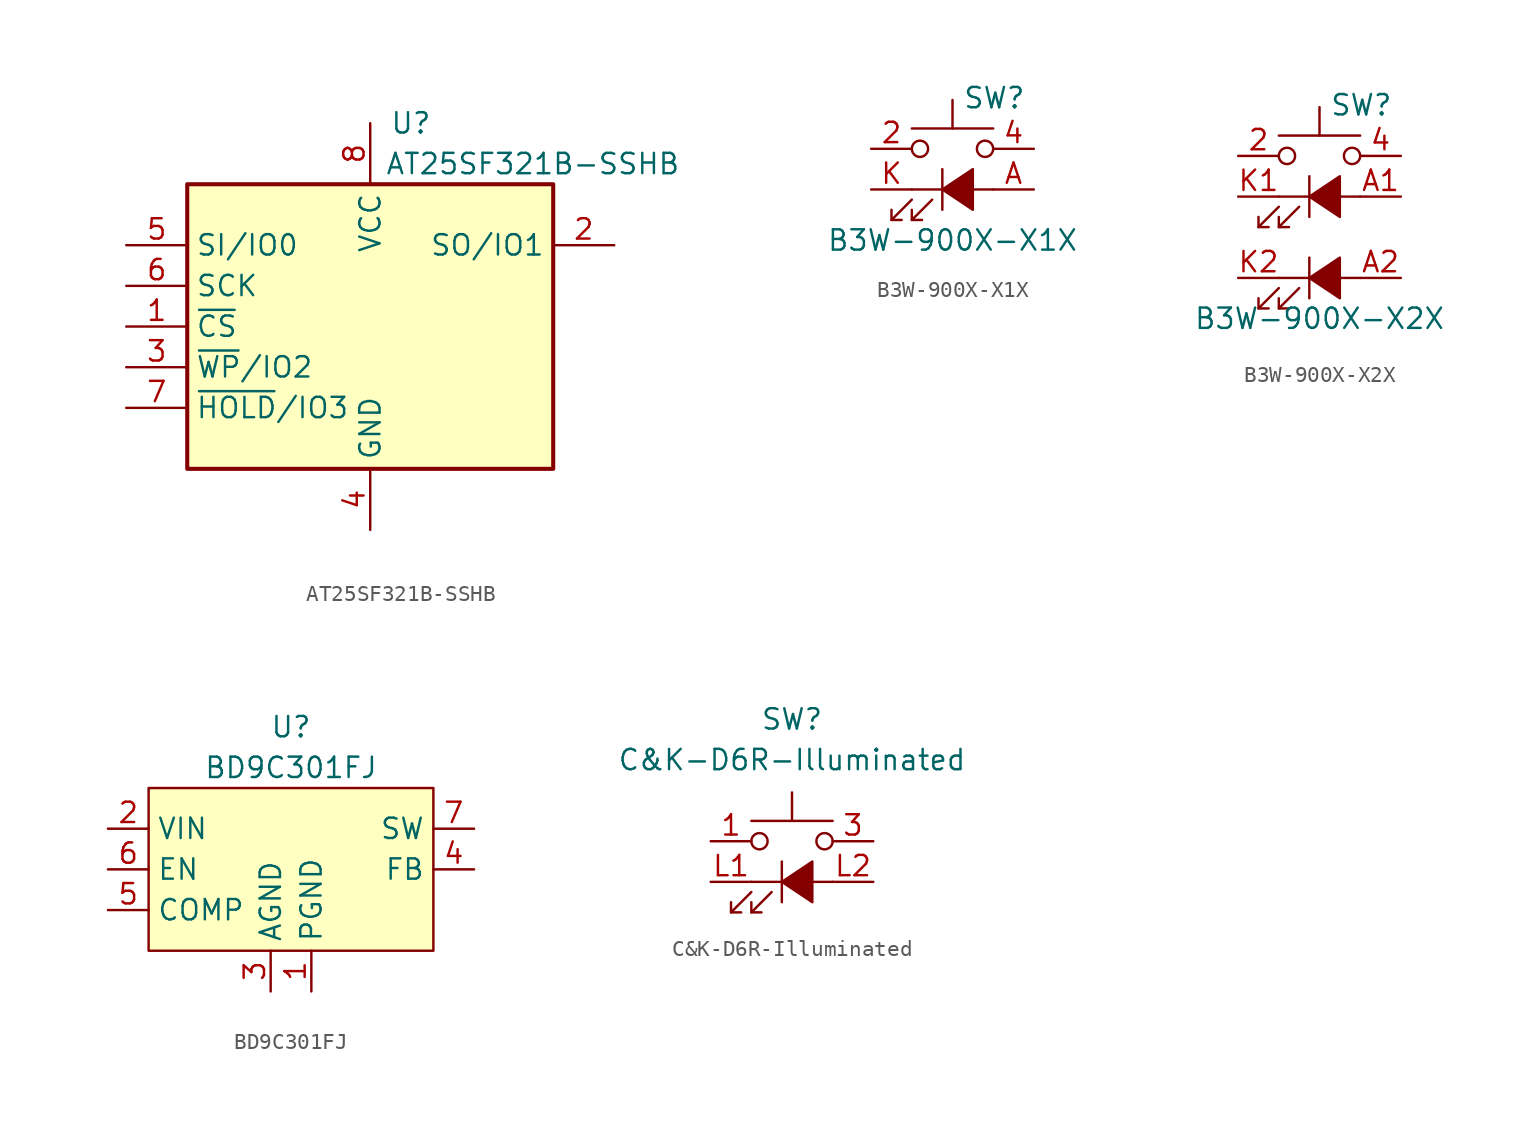
<source format=kicad_sym>
(kicad_symbol_lib
  (version 20211014)
  (generator kicad_symbol_editor)
  (symbol "AT25SF321B-SSHB"
    (property "Reference" "U"
      (at 2.54 12.7 0)
      (effects (font (size 1.27 1.27))))
    (property "Value" "AT25SF321B-SSHB"
      (at 10.16 10.16 0)
      (effects (font (size 1.27 1.27))))
    (symbol "AT25SF321B-SSHB_1_1"
      (rectangle (start -11.43 8.89) (end 11.43 -8.89) (stroke (width 0.254) (type default) (color 0 0 0 0)) (fill (type background)))
      (pin input line (at -15.24 0 0) (length 3.81) (name "~{CS}" (effects (font (size 1.27 1.27)))) (number "1" (effects (font (size 1.27 1.27)))))
      (pin bidirectional line (at 15.24 5.08 180) (length 3.81) (name "SO/IO1" (effects (font (size 1.27 1.27)))) (number "2" (effects (font (size 1.27 1.27)))))
      (pin bidirectional line (at -15.24 -2.54 0) (length 3.81) (name "~{WP}/IO2" (effects (font (size 1.27 1.27)))) (number "3" (effects (font (size 1.27 1.27)))))
      (pin power_in line (at 0 -12.7 90) (length 3.81) (name "GND" (effects (font (size 1.27 1.27)))) (number "4" (effects (font (size 1.27 1.27)))))
      (pin bidirectional line (at -15.24 5.08 0) (length 3.81) (name "SI/IO0" (effects (font (size 1.27 1.27)))) (number "5" (effects (font (size 1.27 1.27)))))
      (pin input line (at -15.24 2.54 0) (length 3.81) (name "SCK" (effects (font (size 1.27 1.27)))) (number "6" (effects (font (size 1.27 1.27)))))
      (pin bidirectional line (at -15.24 -5.08 0) (length 3.81) (name "~{HOLD}/IO3" (effects (font (size 1.27 1.27)))) (number "7" (effects (font (size 1.27 1.27)))))
      (pin power_in line (at 0 12.7 270) (length 3.81) (name "VCC" (effects (font (size 1.27 1.27)))) (number "8" (effects (font (size 1.27 1.27)))))))
  (symbol "B3W-900X-X1X"
    (pin_names
      (offset 1.016) hide)
    (property "Reference" "SW"
      (at 0.635 5.715 0)
      (effects (font (size 1.27 1.27)) (justify left)))
    (property "Value" "B3W-900X-X1X"
      (at 0 -3.175 0)
      (effects (font (size 1.27 1.27))))
    (symbol "B3W-900X-X1X_0_0"
      (polyline (pts (xy -3.81 -1.905) (xy -2.54 -0.635)) (stroke (width 0) (type default) (color 0 0 0 0)) (fill (type none)))
      (polyline (pts (xy -2.54 -1.905) (xy -1.27 -0.635)) (stroke (width 0) (type default) (color 0 0 0 0)) (fill (type none)))
      (polyline (pts (xy -2.54 0) (xy 2.54 0)) (stroke (width 0) (type default) (color 0 0 0 0)) (fill (type none)))
      (polyline (pts (xy -0.635 1.27) (xy -0.635 -1.27)) (stroke (width 0) (type default) (color 0 0 0 0)) (fill (type none)))
      (polyline (pts (xy -3.81 -1.27) (xy -3.81 -1.905) (xy -3.175 -1.905)) (stroke (width 0) (type default) (color 0 0 0 0)) (fill (type none)))
      (polyline (pts (xy -2.54 -1.27) (xy -2.54 -1.905) (xy -1.905 -1.905)) (stroke (width 0) (type default) (color 0 0 0 0)) (fill (type none)))
      (polyline (pts (xy -0.635 0) (xy 1.27 1.27) (xy 1.27 -1.27) (xy -0.635 0)) (stroke (width 0) (type default) (color 0 0 0 0)) (fill (type outline))))
    (symbol "B3W-900X-X1X_0_1"
      (circle (center -2.032 2.54) (radius 0.508) (stroke (width 0) (type default) (color 0 0 0 0)) (fill (type none)))
      (polyline (pts (xy 0 3.81) (xy 0 5.588)) (stroke (width 0) (type default) (color 0 0 0 0)) (fill (type none)))
      (polyline (pts (xy 2.54 3.81) (xy -2.54 3.81)) (stroke (width 0) (type default) (color 0 0 0 0)) (fill (type none)))
      (circle (center 2.032 2.54) (radius 0.508) (stroke (width 0) (type default) (color 0 0 0 0)) (fill (type none)))
      (pin passive line (at -5.08 2.54 0) (length 2.54) hide (name "1" (effects (font (size 1.27 1.27)))) (number "1" (effects (font (size 1.27 1.27)))))
      (pin passive line (at -5.08 2.54 0) (length 2.54) (name "2" (effects (font (size 1.27 1.27)))) (number "2" (effects (font (size 1.27 1.27)))))
      (pin passive line (at 5.08 2.54 180) (length 2.54) hide (name "3" (effects (font (size 1.27 1.27)))) (number "3" (effects (font (size 1.27 1.27)))))
      (pin passive line (at 5.08 2.54 180) (length 2.54) (name "4" (effects (font (size 1.27 1.27)))) (number "4" (effects (font (size 1.27 1.27)))))
      (pin passive line (at 5.08 0 180) (length 2.54) (name "A" (effects (font (size 1.27 1.27)))) (number "A" (effects (font (size 1.27 1.27)))))
      (pin passive line (at -5.08 0 0) (length 2.54) (name "K" (effects (font (size 1.27 1.27)))) (number "K" (effects (font (size 1.27 1.27)))))))
  (symbol "B3W-900X-X2X"
    (pin_names
      (offset 1.016) hide)
    (property "Reference" "SW"
      (at 0.635 5.715 0)
      (effects (font (size 1.27 1.27)) (justify left)))
    (property "Value" "B3W-900X-X2X"
      (at 0 -7.62 0)
      (effects (font (size 1.27 1.27))))
    (symbol "B3W-900X-X2X_0_0"
      (polyline (pts (xy -3.81 -6.985) (xy -2.54 -5.715)) (stroke (width 0) (type default) (color 0 0 0 0)) (fill (type none)))
      (polyline (pts (xy -3.81 -1.905) (xy -2.54 -0.635)) (stroke (width 0) (type default) (color 0 0 0 0)) (fill (type none)))
      (polyline (pts (xy -2.54 -6.985) (xy -1.27 -5.715)) (stroke (width 0) (type default) (color 0 0 0 0)) (fill (type none)))
      (polyline (pts (xy -2.54 -5.08) (xy 2.54 -5.08)) (stroke (width 0) (type default) (color 0 0 0 0)) (fill (type none)))
      (polyline (pts (xy -2.54 -1.905) (xy -1.27 -0.635)) (stroke (width 0) (type default) (color 0 0 0 0)) (fill (type none)))
      (polyline (pts (xy -2.54 0) (xy 2.54 0)) (stroke (width 0) (type default) (color 0 0 0 0)) (fill (type none)))
      (polyline (pts (xy -0.635 -3.81) (xy -0.635 -6.35)) (stroke (width 0) (type default) (color 0 0 0 0)) (fill (type none)))
      (polyline (pts (xy -0.635 1.27) (xy -0.635 -1.27)) (stroke (width 0) (type default) (color 0 0 0 0)) (fill (type none)))
      (polyline (pts (xy -3.81 -6.35) (xy -3.81 -6.985) (xy -3.175 -6.985)) (stroke (width 0) (type default) (color 0 0 0 0)) (fill (type none)))
      (polyline (pts (xy -3.81 -1.27) (xy -3.81 -1.905) (xy -3.175 -1.905)) (stroke (width 0) (type default) (color 0 0 0 0)) (fill (type none)))
      (polyline (pts (xy -2.54 -6.35) (xy -2.54 -6.985) (xy -1.905 -6.985)) (stroke (width 0) (type default) (color 0 0 0 0)) (fill (type none)))
      (polyline (pts (xy -2.54 -1.27) (xy -2.54 -1.905) (xy -1.905 -1.905)) (stroke (width 0) (type default) (color 0 0 0 0)) (fill (type none)))
      (polyline (pts (xy -0.635 -5.08) (xy 1.27 -3.81) (xy 1.27 -6.35) (xy -0.635 -5.08)) (stroke (width 0) (type default) (color 0 0 0 0)) (fill (type outline)))
      (polyline (pts (xy -0.635 0) (xy 1.27 1.27) (xy 1.27 -1.27) (xy -0.635 0)) (stroke (width 0) (type default) (color 0 0 0 0)) (fill (type outline))))
    (symbol "B3W-900X-X2X_0_1"
      (circle (center -2.032 2.54) (radius 0.508) (stroke (width 0) (type default) (color 0 0 0 0)) (fill (type none)))
      (polyline (pts (xy 0 3.81) (xy 0 5.588)) (stroke (width 0) (type default) (color 0 0 0 0)) (fill (type none)))
      (polyline (pts (xy 2.54 3.81) (xy -2.54 3.81)) (stroke (width 0) (type default) (color 0 0 0 0)) (fill (type none)))
      (circle (center 2.032 2.54) (radius 0.508) (stroke (width 0) (type default) (color 0 0 0 0)) (fill (type none)))
      (pin passive line (at -5.08 2.54 0) (length 2.54) hide (name "1" (effects (font (size 1.27 1.27)))) (number "1" (effects (font (size 1.27 1.27)))))
      (pin passive line (at -5.08 2.54 0) (length 2.54) (name "2" (effects (font (size 1.27 1.27)))) (number "2" (effects (font (size 1.27 1.27)))))
      (pin passive line (at 5.08 2.54 180) (length 2.54) hide (name "3" (effects (font (size 1.27 1.27)))) (number "3" (effects (font (size 1.27 1.27)))))
      (pin passive line (at 5.08 2.54 180) (length 2.54) (name "4" (effects (font (size 1.27 1.27)))) (number "4" (effects (font (size 1.27 1.27)))))
      (pin passive line (at 5.08 0 180) (length 2.54) (name "A1" (effects (font (size 1.27 1.27)))) (number "A1" (effects (font (size 1.27 1.27)))))
      (pin passive line (at 5.08 -5.08 180) (length 2.54) (name "A2" (effects (font (size 1.27 1.27)))) (number "A2" (effects (font (size 1.27 1.27)))))
      (pin passive line (at -5.08 0 0) (length 2.54) (name "K" (effects (font (size 1.27 1.27)))) (number "K1" (effects (font (size 1.27 1.27)))))
      (pin passive line (at -5.08 -5.08 0) (length 2.54) (name "K" (effects (font (size 1.27 1.27)))) (number "K2" (effects (font (size 1.27 1.27)))))))
  (symbol "BD9C301FJ"
    (property "Reference" "U"
      (at 0 3.81 0)
      (effects (font (size 1.27 1.27))))
    (property "Value" "BD9C301FJ"
      (at 0 1.27 0)
      (effects (font (size 1.27 1.27))))
    (symbol "BD9C301FJ_0_1"
      (rectangle (start -8.89 0) (end 8.89 -10.16) (stroke (width 0) (type default) (color 0 0 0 0)) (fill (type background))))
    (symbol "BD9C301FJ_1_1"
      (pin power_in line (at 1.27 -12.7 90) (length 2.54) (name "PGND" (effects (font (size 1.27 1.27)))) (number "1" (effects (font (size 1.27 1.27)))))
      (pin power_in line (at -11.43 -2.54 0) (length 2.54) (name "VIN" (effects (font (size 1.27 1.27)))) (number "2" (effects (font (size 1.27 1.27)))))
      (pin power_in line (at -1.27 -12.7 90) (length 2.54) (name "AGND" (effects (font (size 1.27 1.27)))) (number "3" (effects (font (size 1.27 1.27)))))
      (pin bidirectional line (at 11.43 -5.08 180) (length 2.54) (name "FB" (effects (font (size 1.27 1.27)))) (number "4" (effects (font (size 1.27 1.27)))))
      (pin input line (at -11.43 -7.62 0) (length 2.54) (name "COMP" (effects (font (size 1.27 1.27)))) (number "5" (effects (font (size 1.27 1.27)))))
      (pin input line (at -11.43 -5.08 0) (length 2.54) (name "EN" (effects (font (size 1.27 1.27)))) (number "6" (effects (font (size 1.27 1.27)))))
      (pin power_out line (at 11.43 -2.54 180) (length 2.54) (name "SW" (effects (font (size 1.27 1.27)))) (number "7" (effects (font (size 1.27 1.27)))))
      (pin passive line (at 11.43 -2.54 180) (length 2.54) hide (name "SW" (effects (font (size 1.27 1.27)))) (number "8" (effects (font (size 1.27 1.27)))))))
  (symbol "C&K-D6R-Illuminated"
    (pin_names hide)
    (property "Reference" "SW"
      (at 0 3.81 0)
      (effects (font (size 1.27 1.27))))
    (property "Value" "C&K-D6R-Illuminated"
      (at 0 1.27 0)
      (effects (font (size 1.27 1.27))))
    (symbol "C&K-D6R-Illuminated_0_0"
      (polyline (pts (xy -3.81 -8.255) (xy -2.54 -6.985)) (stroke (width 0) (type default) (color 0 0 0 0)) (fill (type none)))
      (polyline (pts (xy -2.54 -8.255) (xy -1.27 -6.985)) (stroke (width 0) (type default) (color 0 0 0 0)) (fill (type none)))
      (polyline (pts (xy -2.54 -6.35) (xy 2.54 -6.35)) (stroke (width 0) (type default) (color 0 0 0 0)) (fill (type none)))
      (polyline (pts (xy -0.635 -5.08) (xy -0.635 -7.62)) (stroke (width 0) (type default) (color 0 0 0 0)) (fill (type none)))
      (polyline (pts (xy -3.81 -7.62) (xy -3.81 -8.255) (xy -3.175 -8.255)) (stroke (width 0) (type default) (color 0 0 0 0)) (fill (type none)))
      (polyline (pts (xy -2.54 -7.62) (xy -2.54 -8.255) (xy -1.905 -8.255)) (stroke (width 0) (type default) (color 0 0 0 0)) (fill (type none)))
      (polyline (pts (xy -0.635 -6.35) (xy 1.27 -5.08) (xy 1.27 -7.62) (xy -0.635 -6.35)) (stroke (width 0) (type default) (color 0 0 0 0)) (fill (type outline))))
    (symbol "C&K-D6R-Illuminated_0_1"
      (circle (center -2.032 -3.81) (radius 0.508) (stroke (width 0) (type default) (color 0 0 0 0)) (fill (type none)))
      (polyline (pts (xy 0 -2.54) (xy 0 -0.762)) (stroke (width 0) (type default) (color 0 0 0 0)) (fill (type none)))
      (polyline (pts (xy 2.54 -2.54) (xy -2.54 -2.54)) (stroke (width 0) (type default) (color 0 0 0 0)) (fill (type none)))
      (circle (center 2.032 -3.81) (radius 0.508) (stroke (width 0) (type default) (color 0 0 0 0)) (fill (type none)))
      (pin passive line (at -5.08 -3.81 0) (length 2.54) (name "1" (effects (font (size 1.27 1.27)))) (number "1" (effects (font (size 1.27 1.27)))))
      (pin passive line (at -5.08 -3.81 0) (length 2.54) hide (name "1" (effects (font (size 1.27 1.27)))) (number "2" (effects (font (size 1.27 1.27)))))
      (pin passive line (at 5.08 -3.81 180) (length 2.54) (name "2" (effects (font (size 1.27 1.27)))) (number "3" (effects (font (size 1.27 1.27)))))
      (pin passive line (at 5.08 -3.81 180) (length 2.54) hide (name "2" (effects (font (size 1.27 1.27)))) (number "4" (effects (font (size 1.27 1.27)))))
      (pin passive line (at -5.08 -6.35 0) (length 2.54) (name "L1" (effects (font (size 1.27 1.27)))) (number "L1" (effects (font (size 1.27 1.27)))))
      (pin passive line (at 5.08 -6.35 180) (length 2.54) (name "L2" (effects (font (size 1.27 1.27)))) (number "L2" (effects (font (size 1.27 1.27))))))))
</source>
